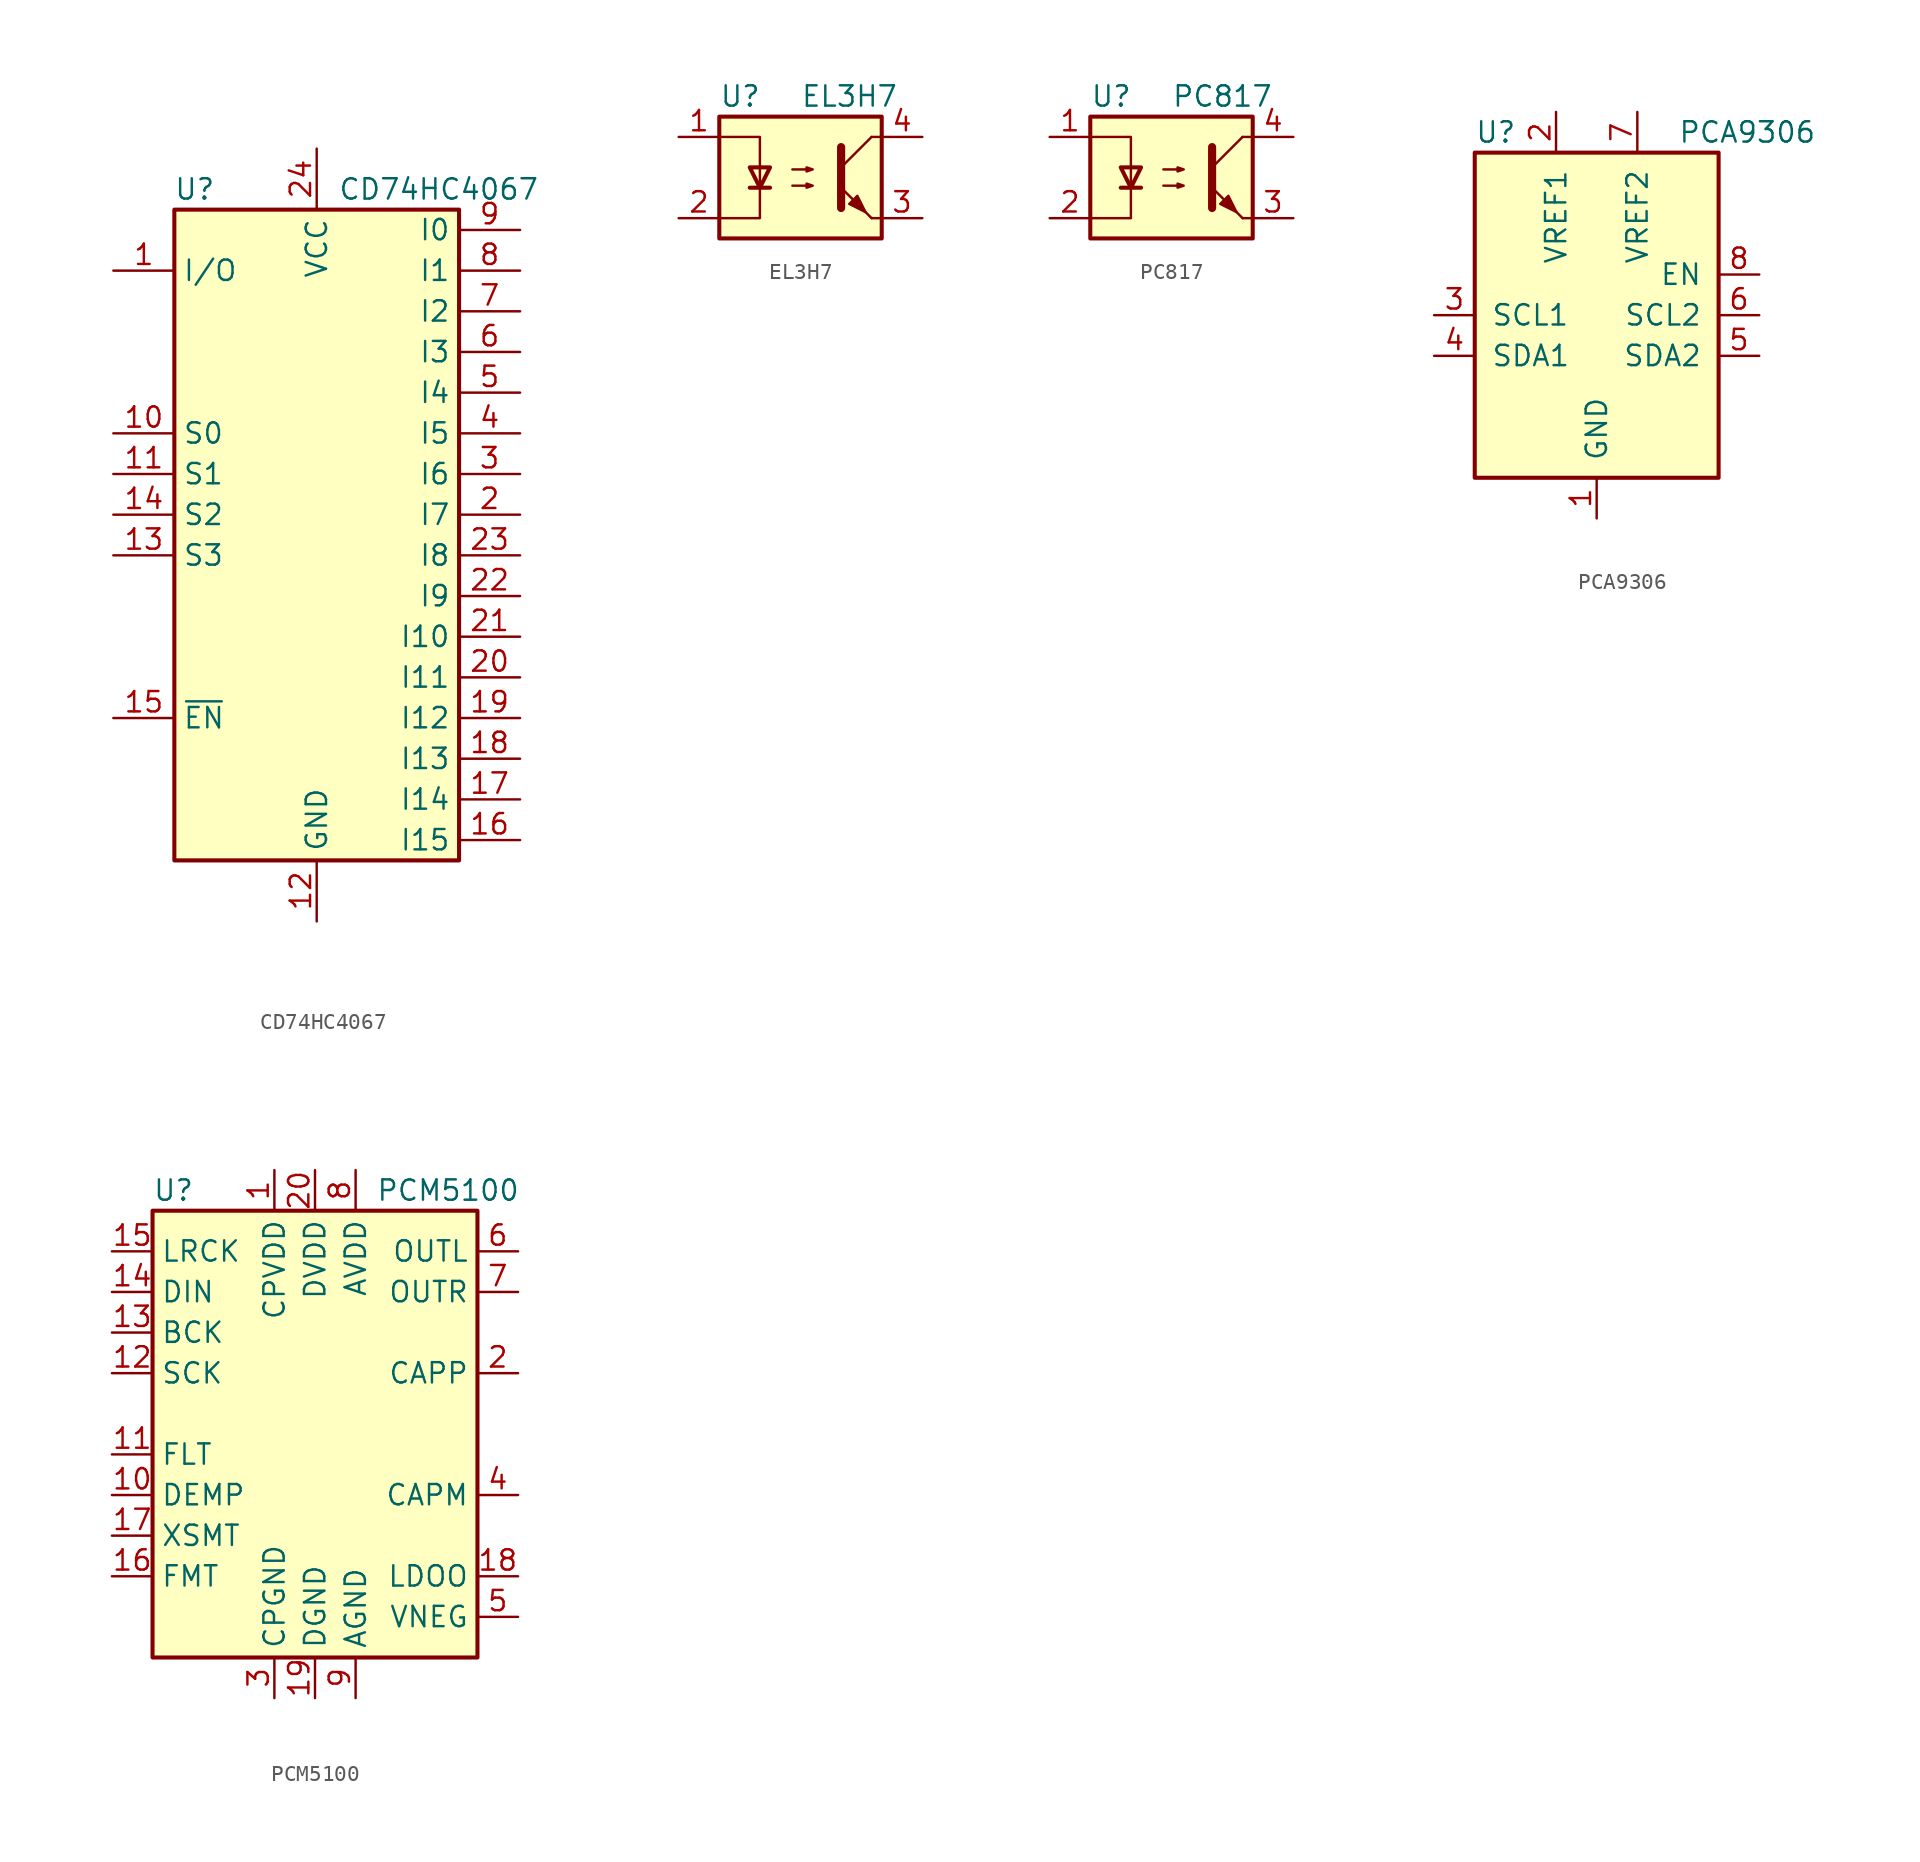
<source format=kicad_sym>
(kicad_symbol_lib
  (version 20241209)
  (generator "kicad_symbol_editor")
  (generator_version "9.0")
  (symbol "CD74HC4067"
    (property "Reference" "U"
      (at -7.62 17.78 0)
      (effects (font (size 1.27 1.27))))
    (property "Value" "CD74HC4067"
      (at 7.62 17.78 0)
      (effects (font (size 1.27 1.27))))
    (symbol "CD74HC4067_0_1"
      (rectangle (start -8.89 16.51) (end 8.89 -24.13) (stroke (width 0.254) (type default)) (fill (type background))))
    (symbol "CD74HC4067_1_1"
      (pin bidirectional line (at -12.7 12.7 0) (length 3.81) (name "I/O" (effects (font (size 1.27 1.27)))) (number "1" (effects (font (size 1.27 1.27)))))
      (pin input line (at -12.7 2.54 0) (length 3.81) (name "S0" (effects (font (size 1.27 1.27)))) (number "10" (effects (font (size 1.27 1.27)))))
      (pin input line (at -12.7 0 0) (length 3.81) (name "S1" (effects (font (size 1.27 1.27)))) (number "11" (effects (font (size 1.27 1.27)))))
      (pin input line (at -12.7 -2.54 0) (length 3.81) (name "S2" (effects (font (size 1.27 1.27)))) (number "14" (effects (font (size 1.27 1.27)))))
      (pin input line (at -12.7 -5.08 0) (length 3.81) (name "S3" (effects (font (size 1.27 1.27)))) (number "13" (effects (font (size 1.27 1.27)))))
      (pin input line (at -12.7 -15.24 0) (length 3.81) (name "~{EN}" (effects (font (size 1.27 1.27)))) (number "15" (effects (font (size 1.27 1.27)))))
      (pin power_in line (at 0 20.32 270) (length 3.81) (name "VCC" (effects (font (size 1.27 1.27)))) (number "24" (effects (font (size 1.27 1.27)))))
      (pin power_in line (at 0 -27.94 90) (length 3.81) (name "GND" (effects (font (size 1.27 1.27)))) (number "12" (effects (font (size 1.27 1.27)))))
      (pin bidirectional line (at 12.7 15.24 180) (length 3.81) (name "I0" (effects (font (size 1.27 1.27)))) (number "9" (effects (font (size 1.27 1.27)))))
      (pin bidirectional line (at 12.7 12.7 180) (length 3.81) (name "I1" (effects (font (size 1.27 1.27)))) (number "8" (effects (font (size 1.27 1.27)))))
      (pin bidirectional line (at 12.7 10.16 180) (length 3.81) (name "I2" (effects (font (size 1.27 1.27)))) (number "7" (effects (font (size 1.27 1.27)))))
      (pin bidirectional line (at 12.7 7.62 180) (length 3.81) (name "I3" (effects (font (size 1.27 1.27)))) (number "6" (effects (font (size 1.27 1.27)))))
      (pin bidirectional line (at 12.7 5.08 180) (length 3.81) (name "I4" (effects (font (size 1.27 1.27)))) (number "5" (effects (font (size 1.27 1.27)))))
      (pin bidirectional line (at 12.7 2.54 180) (length 3.81) (name "I5" (effects (font (size 1.27 1.27)))) (number "4" (effects (font (size 1.27 1.27)))))
      (pin bidirectional line (at 12.7 0 180) (length 3.81) (name "I6" (effects (font (size 1.27 1.27)))) (number "3" (effects (font (size 1.27 1.27)))))
      (pin bidirectional line (at 12.7 -2.54 180) (length 3.81) (name "I7" (effects (font (size 1.27 1.27)))) (number "2" (effects (font (size 1.27 1.27)))))
      (pin bidirectional line (at 12.7 -5.08 180) (length 3.81) (name "I8" (effects (font (size 1.27 1.27)))) (number "23" (effects (font (size 1.27 1.27)))))
      (pin bidirectional line (at 12.7 -7.62 180) (length 3.81) (name "I9" (effects (font (size 1.27 1.27)))) (number "22" (effects (font (size 1.27 1.27)))))
      (pin bidirectional line (at 12.7 -10.16 180) (length 3.81) (name "I10" (effects (font (size 1.27 1.27)))) (number "21" (effects (font (size 1.27 1.27)))))
      (pin bidirectional line (at 12.7 -12.7 180) (length 3.81) (name "I11" (effects (font (size 1.27 1.27)))) (number "20" (effects (font (size 1.27 1.27)))))
      (pin bidirectional line (at 12.7 -15.24 180) (length 3.81) (name "I12" (effects (font (size 1.27 1.27)))) (number "19" (effects (font (size 1.27 1.27)))))
      (pin bidirectional line (at 12.7 -17.78 180) (length 3.81) (name "I13" (effects (font (size 1.27 1.27)))) (number "18" (effects (font (size 1.27 1.27)))))
      (pin bidirectional line (at 12.7 -20.32 180) (length 3.81) (name "I14" (effects (font (size 1.27 1.27)))) (number "17" (effects (font (size 1.27 1.27)))))
      (pin bidirectional line (at 12.7 -22.86 180) (length 3.81) (name "I15" (effects (font (size 1.27 1.27)))) (number "16" (effects (font (size 1.27 1.27)))))))
  (symbol "EL3H7"
    (pin_names
      (offset 1.016))
    (property "Reference" "U"
      (at -5.08 5.08 0)
      (effects (font (size 1.27 1.27)) (justify left)))
    (property "Value" "EL3H7"
      (at 0 5.08 0)
      (effects (font (size 1.27 1.27)) (justify left)))
    (symbol "EL3H7_0_1"
      (rectangle (start -5.08 3.81) (end 5.08 -3.81) (stroke (width 0.254) (type default)) (fill (type background)))
      (polyline (pts (xy -5.08 2.54) (xy -2.54 2.54) (xy -2.54 -0.635)) (stroke (width 0) (type default)) (fill (type none)))
      (polyline (pts (xy -3.175 -0.635) (xy -1.905 -0.635)) (stroke (width 0.254) (type default)) (fill (type none)))
      (polyline (pts (xy -2.54 -0.635) (xy -2.54 -2.54) (xy -5.08 -2.54)) (stroke (width 0) (type default)) (fill (type none)))
      (polyline (pts (xy -2.54 -0.635) (xy -3.175 0.635) (xy -1.905 0.635) (xy -2.54 -0.635)) (stroke (width 0.254) (type default)) (fill (type none)))
      (polyline (pts (xy -0.508 0.508) (xy 0.762 0.508) (xy 0.381 0.381) (xy 0.381 0.635) (xy 0.762 0.508)) (stroke (width 0) (type default)) (fill (type none)))
      (polyline (pts (xy -0.508 -0.508) (xy 0.762 -0.508) (xy 0.381 -0.635) (xy 0.381 -0.381) (xy 0.762 -0.508)) (stroke (width 0) (type default)) (fill (type none)))
      (polyline (pts (xy 2.54 1.905) (xy 2.54 -1.905) (xy 2.54 -1.905)) (stroke (width 0.508) (type default)) (fill (type none)))
      (polyline (pts (xy 2.54 0.635) (xy 4.445 2.54)) (stroke (width 0) (type default)) (fill (type none)))
      (polyline (pts (xy 3.048 -1.651) (xy 3.556 -1.143) (xy 4.064 -2.159) (xy 3.048 -1.651) (xy 3.048 -1.651)) (stroke (width 0) (type default)) (fill (type outline)))
      (polyline (pts (xy 4.445 2.54) (xy 5.08 2.54)) (stroke (width 0) (type default)) (fill (type none)))
      (polyline (pts (xy 4.445 -2.54) (xy 2.54 -0.635)) (stroke (width 0) (type default)) (fill (type outline)))
      (polyline (pts (xy 4.445 -2.54) (xy 5.08 -2.54)) (stroke (width 0) (type default)) (fill (type none))))
    (symbol "EL3H7_1_1"
      (pin passive line (at -7.62 2.54 0) (length 2.54) (name "~" (effects (font (size 1.27 1.27)))) (number "1" (effects (font (size 1.27 1.27)))))
      (pin passive line (at -7.62 -2.54 0) (length 2.54) (name "~" (effects (font (size 1.27 1.27)))) (number "2" (effects (font (size 1.27 1.27)))))
      (pin passive line (at 7.62 2.54 180) (length 2.54) (name "~" (effects (font (size 1.27 1.27)))) (number "4" (effects (font (size 1.27 1.27)))))
      (pin passive line (at 7.62 -2.54 180) (length 2.54) (name "~" (effects (font (size 1.27 1.27)))) (number "3" (effects (font (size 1.27 1.27)))))))
  (symbol "PC817"
    (pin_names
      (offset 1.016))
    (property "Reference" "U"
      (at -5.08 5.08 0)
      (effects (font (size 1.27 1.27)) (justify left)))
    (property "Value" "PC817"
      (at 0 5.08 0)
      (effects (font (size 1.27 1.27)) (justify left)))
    (symbol "PC817_0_1"
      (rectangle (start -5.08 3.81) (end 5.08 -3.81) (stroke (width 0.254) (type default)) (fill (type background)))
      (polyline (pts (xy -5.08 2.54) (xy -2.54 2.54) (xy -2.54 -0.635)) (stroke (width 0) (type default)) (fill (type none)))
      (polyline (pts (xy -3.175 -0.635) (xy -1.905 -0.635)) (stroke (width 0.254) (type default)) (fill (type none)))
      (polyline (pts (xy -2.54 -0.635) (xy -2.54 -2.54) (xy -5.08 -2.54)) (stroke (width 0) (type default)) (fill (type none)))
      (polyline (pts (xy -2.54 -0.635) (xy -3.175 0.635) (xy -1.905 0.635) (xy -2.54 -0.635)) (stroke (width 0.254) (type default)) (fill (type none)))
      (polyline (pts (xy -0.508 0.508) (xy 0.762 0.508) (xy 0.381 0.381) (xy 0.381 0.635) (xy 0.762 0.508)) (stroke (width 0) (type default)) (fill (type none)))
      (polyline (pts (xy -0.508 -0.508) (xy 0.762 -0.508) (xy 0.381 -0.635) (xy 0.381 -0.381) (xy 0.762 -0.508)) (stroke (width 0) (type default)) (fill (type none)))
      (polyline (pts (xy 2.54 1.905) (xy 2.54 -1.905) (xy 2.54 -1.905)) (stroke (width 0.508) (type default)) (fill (type none)))
      (polyline (pts (xy 2.54 0.635) (xy 4.445 2.54)) (stroke (width 0) (type default)) (fill (type none)))
      (polyline (pts (xy 3.048 -1.651) (xy 3.556 -1.143) (xy 4.064 -2.159) (xy 3.048 -1.651) (xy 3.048 -1.651)) (stroke (width 0) (type default)) (fill (type outline)))
      (polyline (pts (xy 4.445 2.54) (xy 5.08 2.54)) (stroke (width 0) (type default)) (fill (type none)))
      (polyline (pts (xy 4.445 -2.54) (xy 2.54 -0.635)) (stroke (width 0) (type default)) (fill (type outline)))
      (polyline (pts (xy 4.445 -2.54) (xy 5.08 -2.54)) (stroke (width 0) (type default)) (fill (type none))))
    (symbol "PC817_1_1"
      (pin passive line (at -7.62 2.54 0) (length 2.54) (name "~" (effects (font (size 1.27 1.27)))) (number "1" (effects (font (size 1.27 1.27)))))
      (pin passive line (at -7.62 -2.54 0) (length 2.54) (name "~" (effects (font (size 1.27 1.27)))) (number "2" (effects (font (size 1.27 1.27)))))
      (pin passive line (at 7.62 2.54 180) (length 2.54) (name "~" (effects (font (size 1.27 1.27)))) (number "4" (effects (font (size 1.27 1.27)))))
      (pin passive line (at 7.62 -2.54 180) (length 2.54) (name "~" (effects (font (size 1.27 1.27)))) (number "3" (effects (font (size 1.27 1.27)))))))
  (symbol "PCA9306"
    (pin_names
      (offset 1.016))
    (property "Reference" "U"
      (at -7.62 11.43 0)
      (effects (font (size 1.27 1.27)) (justify left)))
    (property "Value" "PCA9306"
      (at 5.08 11.43 0)
      (effects (font (size 1.27 1.27)) (justify left)))
    (symbol "PCA9306_0_1"
      (rectangle (start -7.62 10.16) (end 7.62 -10.16) (stroke (width 0.254) (type default)) (fill (type background))))
    (symbol "PCA9306_1_1"
      (pin bidirectional line (at -10.16 0 0) (length 2.54) (name "SCL1" (effects (font (size 1.27 1.27)))) (number "3" (effects (font (size 1.27 1.27)))))
      (pin bidirectional line (at -10.16 -2.54 0) (length 2.54) (name "SDA1" (effects (font (size 1.27 1.27)))) (number "4" (effects (font (size 1.27 1.27)))))
      (pin power_in line (at -2.54 12.7 270) (length 2.54) (name "VREF1" (effects (font (size 1.27 1.27)))) (number "2" (effects (font (size 1.27 1.27)))))
      (pin power_in line (at 0 -12.7 90) (length 2.54) (name "GND" (effects (font (size 1.27 1.27)))) (number "1" (effects (font (size 1.27 1.27)))))
      (pin power_in line (at 2.54 12.7 270) (length 2.54) (name "VREF2" (effects (font (size 1.27 1.27)))) (number "7" (effects (font (size 1.27 1.27)))))
      (pin input line (at 10.16 2.54 180) (length 2.54) (name "EN" (effects (font (size 1.27 1.27)))) (number "8" (effects (font (size 1.27 1.27)))))
      (pin bidirectional line (at 10.16 0 180) (length 2.54) (name "SCL2" (effects (font (size 1.27 1.27)))) (number "6" (effects (font (size 1.27 1.27)))))
      (pin bidirectional line (at 10.16 -2.54 180) (length 2.54) (name "SDA2" (effects (font (size 1.27 1.27)))) (number "5" (effects (font (size 1.27 1.27)))))))
  (symbol "PCM5100"
    (property "Reference" "U"
      (at -10.16 13.97 0)
      (effects (font (size 1.27 1.27)) (justify left)))
    (property "Value" "PCM5100"
      (at 3.81 13.97 0)
      (effects (font (size 1.27 1.27)) (justify left)))
    (symbol "PCM5100_0_1"
      (rectangle (start -10.16 12.7) (end 10.16 -15.24) (stroke (width 0.254) (type default)) (fill (type background))))
    (symbol "PCM5100_1_1"
      (pin input line (at -12.7 10.16 0) (length 2.54) (name "LRCK" (effects (font (size 1.27 1.27)))) (number "15" (effects (font (size 1.27 1.27)))))
      (pin input line (at -12.7 7.62 0) (length 2.54) (name "DIN" (effects (font (size 1.27 1.27)))) (number "14" (effects (font (size 1.27 1.27)))))
      (pin input line (at -12.7 5.08 0) (length 2.54) (name "BCK" (effects (font (size 1.27 1.27)))) (number "13" (effects (font (size 1.27 1.27)))))
      (pin input line (at -12.7 2.54 0) (length 2.54) (name "SCK" (effects (font (size 1.27 1.27)))) (number "12" (effects (font (size 1.27 1.27)))))
      (pin input line (at -12.7 -2.54 0) (length 2.54) (name "FLT" (effects (font (size 1.27 1.27)))) (number "11" (effects (font (size 1.27 1.27)))))
      (pin input line (at -12.7 -5.08 0) (length 2.54) (name "DEMP" (effects (font (size 1.27 1.27)))) (number "10" (effects (font (size 1.27 1.27)))))
      (pin input line (at -12.7 -7.62 0) (length 2.54) (name "XSMT" (effects (font (size 1.27 1.27)))) (number "17" (effects (font (size 1.27 1.27)))))
      (pin input line (at -12.7 -10.16 0) (length 2.54) (name "FMT" (effects (font (size 1.27 1.27)))) (number "16" (effects (font (size 1.27 1.27)))))
      (pin passive line (at -2.54 15.24 270) (length 2.54) (name "CPVDD" (effects (font (size 1.27 1.27)))) (number "1" (effects (font (size 1.27 1.27)))))
      (pin power_in line (at -2.54 -17.78 90) (length 2.54) (name "CPGND" (effects (font (size 1.27 1.27)))) (number "3" (effects (font (size 1.27 1.27)))))
      (pin power_in line (at 0 15.24 270) (length 2.54) (name "DVDD" (effects (font (size 1.27 1.27)))) (number "20" (effects (font (size 1.27 1.27)))))
      (pin power_in line (at 0 -17.78 90) (length 2.54) (name "DGND" (effects (font (size 1.27 1.27)))) (number "19" (effects (font (size 1.27 1.27)))))
      (pin power_in line (at 2.54 15.24 270) (length 2.54) (name "AVDD" (effects (font (size 1.27 1.27)))) (number "8" (effects (font (size 1.27 1.27)))))
      (pin power_in line (at 2.54 -17.78 90) (length 2.54) (name "AGND" (effects (font (size 1.27 1.27)))) (number "9" (effects (font (size 1.27 1.27)))))
      (pin output line (at 12.7 10.16 180) (length 2.54) (name "OUTL" (effects (font (size 1.27 1.27)))) (number "6" (effects (font (size 1.27 1.27)))))
      (pin output line (at 12.7 7.62 180) (length 2.54) (name "OUTR" (effects (font (size 1.27 1.27)))) (number "7" (effects (font (size 1.27 1.27)))))
      (pin passive line (at 12.7 2.54 180) (length 2.54) (name "CAPP" (effects (font (size 1.27 1.27)))) (number "2" (effects (font (size 1.27 1.27)))))
      (pin passive line (at 12.7 -5.08 180) (length 2.54) (name "CAPM" (effects (font (size 1.27 1.27)))) (number "4" (effects (font (size 1.27 1.27)))))
      (pin passive line (at 12.7 -10.16 180) (length 2.54) (name "LDOO" (effects (font (size 1.27 1.27)))) (number "18" (effects (font (size 1.27 1.27)))))
      (pin passive line (at 12.7 -12.7 180) (length 2.54) (name "VNEG" (effects (font (size 1.27 1.27)))) (number "5" (effects (font (size 1.27 1.27))))))))
</source>
